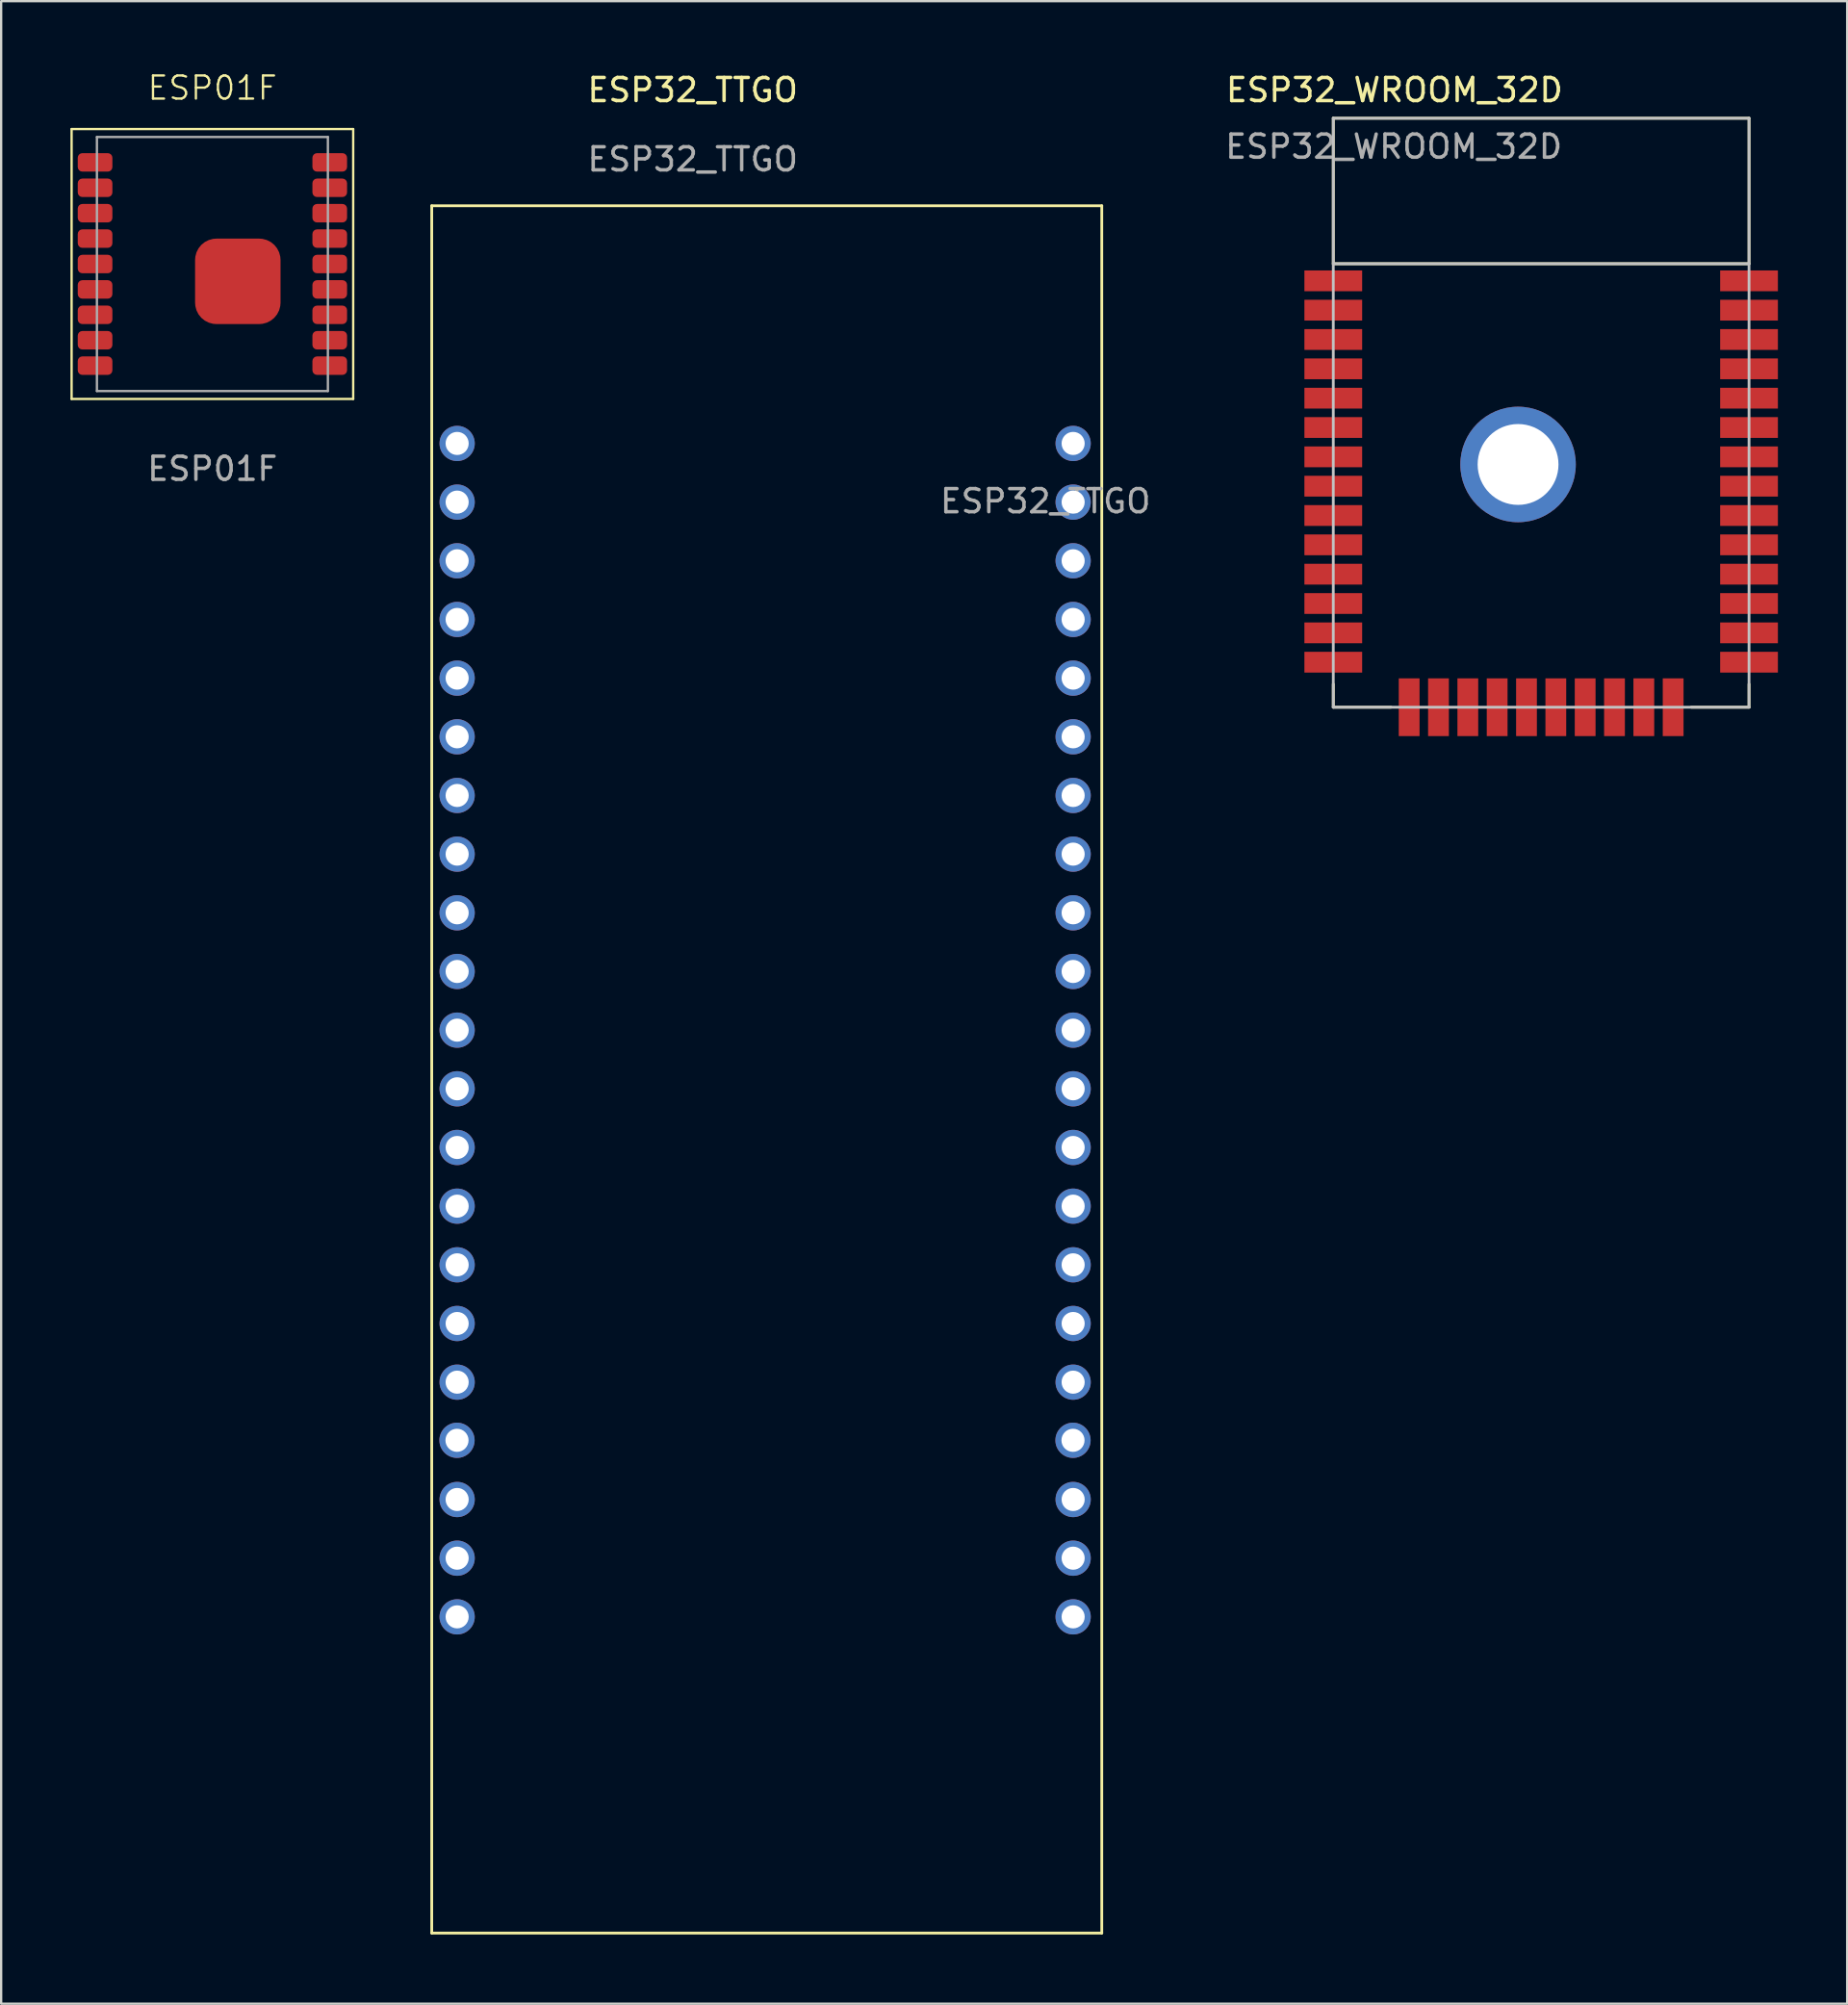
<source format=kicad_pcb>
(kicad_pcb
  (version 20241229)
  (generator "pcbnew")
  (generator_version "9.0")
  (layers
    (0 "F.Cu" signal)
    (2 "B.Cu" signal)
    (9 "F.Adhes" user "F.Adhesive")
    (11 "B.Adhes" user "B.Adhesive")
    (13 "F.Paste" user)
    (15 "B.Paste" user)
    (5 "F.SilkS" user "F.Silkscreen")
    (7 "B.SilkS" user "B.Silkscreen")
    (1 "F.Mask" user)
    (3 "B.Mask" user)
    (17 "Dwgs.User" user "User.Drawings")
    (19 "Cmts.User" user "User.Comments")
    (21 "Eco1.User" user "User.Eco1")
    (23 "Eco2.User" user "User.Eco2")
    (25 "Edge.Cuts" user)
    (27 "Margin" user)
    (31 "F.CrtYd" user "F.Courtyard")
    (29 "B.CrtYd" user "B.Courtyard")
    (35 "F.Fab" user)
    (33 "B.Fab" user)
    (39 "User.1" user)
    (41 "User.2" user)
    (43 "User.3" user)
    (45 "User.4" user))
  (footprint "ESP32_TTGO"
    (layer "F.Cu")
    (at 15.542 16.148)
    (property "Reference" "ESP32_TTGO" (at 11.4 -15.3 0) (unlocked yes) (layer "F.SilkS") (effects (font (size 1 1) (thickness 0.15))))
    (attr smd)
    (fp_line (start 0.1 -10.29) (end 0.1 64.49) (stroke (width 0.12) (type solid)) (layer "F.SilkS"))
    (fp_line (start 0.1 -10.29) (end 29.11 -10.29) (stroke (width 0.12) (type solid)) (layer "F.SilkS"))
    (fp_line (start 0.1 64.49) (end 29.11 64.49) (stroke (width 0.12) (type solid)) (layer "F.SilkS"))
    (fp_line (start 29.11 -10.29) (end 29.11 64.49) (stroke (width 0.12) (type solid)) (layer "F.SilkS"))
    (fp_text user "${REFERENCE}" (at 11.4 -12.3 0) (unlocked yes) (layer "F.Fab") (effects (font (size 1 1) (thickness 0.15))))
    (fp_text user "${REFERENCE}" (at 26.67 2.5 0) (unlocked yes) (layer "F.Fab") (effects (font (size 1 1) (thickness 0.15))))
    (pad "1" thru_hole circle (at 1.2 0) (size 1.526 1.526) (drill 1) (layers "*.Cu" "*.Mask"))
    (pad "2" thru_hole circle (at 1.2 2.54) (size 1.526 1.526) (drill 1) (layers "*.Cu" "*.Mask"))
    (pad "3" thru_hole circle (at 1.2 5.08) (size 1.526 1.526) (drill 1) (layers "*.Cu" "*.Mask"))
    (pad "4" thru_hole circle (at 1.2 7.62) (size 1.526 1.526) (drill 1) (layers "*.Cu" "*.Mask"))
    (pad "5" thru_hole circle (at 1.2 10.16) (size 1.526 1.526) (drill 1) (layers "*.Cu" "*.Mask"))
    (pad "6" thru_hole circle (at 1.2 12.7) (size 1.526 1.526) (drill 1) (layers "*.Cu" "*.Mask"))
    (pad "7" thru_hole circle (at 1.2 15.24) (size 1.526 1.526) (drill 1) (layers "*.Cu" "*.Mask"))
    (pad "8" thru_hole circle (at 1.2 17.78) (size 1.526 1.526) (drill 1) (layers "*.Cu" "*.Mask"))
    (pad "9" thru_hole circle (at 1.2 20.32) (size 1.526 1.526) (drill 1) (layers "*.Cu" "*.Mask"))
    (pad "10" thru_hole circle (at 1.2 22.86) (size 1.526 1.526) (drill 1) (layers "*.Cu" "*.Mask"))
    (pad "11" thru_hole circle (at 1.2 25.4) (size 1.526 1.526) (drill 1) (layers "*.Cu" "*.Mask"))
    (pad "12" thru_hole circle (at 1.2 27.94) (size 1.526 1.526) (drill 1) (layers "*.Cu" "*.Mask"))
    (pad "13" thru_hole circle (at 1.2 30.48) (size 1.526 1.526) (drill 1) (layers "*.Cu" "*.Mask"))
    (pad "14" thru_hole circle (at 1.2 33.02) (size 1.526 1.526) (drill 1) (layers "*.Cu" "*.Mask"))
    (pad "15" thru_hole circle (at 1.2 35.56) (size 1.526 1.526) (drill 1) (layers "*.Cu" "*.Mask"))
    (pad "16" thru_hole circle (at 1.2 38.1) (size 1.526 1.526) (drill 1) (layers "*.Cu" "*.Mask"))
    (pad "17" thru_hole circle (at 1.2 40.64) (size 1.526 1.526) (drill 1) (layers "*.Cu" "*.Mask"))
    (pad "18" thru_hole circle (at 1.194 43.157) (size 1.526 1.526) (drill 1) (layers "*.Cu" "*.Mask"))
    (pad "19" thru_hole circle (at 1.2 45.72) (size 1.526 1.526) (drill 1) (layers "*.Cu" "*.Mask"))
    (pad "20" thru_hole circle (at 1.2 48.26) (size 1.526 1.526) (drill 1) (layers "*.Cu" "*.Mask"))
    (pad "21" thru_hole circle (at 1.2 50.8) (size 1.526 1.526) (drill 1) (layers "*.Cu" "*.Mask"))
    (pad "22" thru_hole circle (at 27.87 50.8) (size 1.526 1.526) (drill 1) (layers "*.Cu" "*.Mask"))
    (pad "23" thru_hole circle (at 27.87 48.26) (size 1.526 1.526) (drill 1) (layers "*.Cu" "*.Mask"))
    (pad "24" thru_hole circle (at 27.87 45.72) (size 1.526 1.526) (drill 1) (layers "*.Cu" "*.Mask"))
    (pad "25" thru_hole circle (at 27.864 43.157) (size 1.526 1.526) (drill 1) (layers "*.Cu" "*.Mask"))
    (pad "26" thru_hole circle (at 27.87 40.64) (size 1.526 1.526) (drill 1) (layers "*.Cu" "*.Mask"))
    (pad "27" thru_hole circle (at 27.87 38.1) (size 1.526 1.526) (drill 1) (layers "*.Cu" "*.Mask"))
    (pad "28" thru_hole circle (at 27.87 35.56) (size 1.526 1.526) (drill 1) (layers "*.Cu" "*.Mask"))
    (pad "29" thru_hole circle (at 27.87 33.02) (size 1.526 1.526) (drill 1) (layers "*.Cu" "*.Mask"))
    (pad "30" thru_hole circle (at 27.87 30.48) (size 1.526 1.526) (drill 1) (layers "*.Cu" "*.Mask"))
    (pad "31" thru_hole circle (at 27.87 27.94) (size 1.526 1.526) (drill 1) (layers "*.Cu" "*.Mask"))
    (pad "32" thru_hole circle (at 27.87 25.4) (size 1.526 1.526) (drill 1) (layers "*.Cu" "*.Mask"))
    (pad "33" thru_hole circle (at 27.87 22.86) (size 1.526 1.526) (drill 1) (layers "*.Cu" "*.Mask"))
    (pad "34" thru_hole circle (at 27.87 20.32) (size 1.526 1.526) (drill 1) (layers "*.Cu" "*.Mask"))
    (pad "35" thru_hole circle (at 27.87 17.78) (size 1.526 1.526) (drill 1) (layers "*.Cu" "*.Mask"))
    (pad "36" thru_hole circle (at 27.87 15.24) (size 1.526 1.526) (drill 1) (layers "*.Cu" "*.Mask"))
    (pad "37" thru_hole circle (at 27.87 12.7) (size 1.526 1.526) (drill 1) (layers "*.Cu" "*.Mask"))
    (pad "38" thru_hole circle (at 27.87 10.16) (size 1.526 1.526) (drill 1) (layers "*.Cu" "*.Mask"))
    (pad "39" thru_hole circle (at 27.87 7.62) (size 1.526 1.526) (drill 1) (layers "*.Cu" "*.Mask"))
    (pad "40" thru_hole circle (at 27.87 5.08) (size 1.526 1.526) (drill 1) (layers "*.Cu" "*.Mask"))
    (pad "41" thru_hole circle (at 27.87 2.54) (size 1.526 1.526) (drill 1) (layers "*.Cu" "*.Mask"))
    (pad "42" thru_hole circle (at 27.87 0) (size 1.526 1.526) (drill 1) (layers "*.Cu" "*.Mask")))
  (footprint "ESP01F"
    (layer "F.Cu")
    (at 6.146 8.38)
    (property "Reference" "ESP01F" (at 0 -7.62 0) (unlocked yes) (layer "F.SilkS") (effects (font (size 1 1) (thickness 0.1))))
    (attr smd)
    (fp_line (start -6.096 -5.842) (end 6.096 -5.842) (stroke (width 0.1) (type default)) (layer "F.SilkS"))
    (fp_line (start -6.096 5.842) (end -6.096 -5.842) (stroke (width 0.1) (type default)) (layer "F.SilkS"))
    (fp_line (start 6.096 -5.842) (end 6.096 5.842) (stroke (width 0.1) (type default)) (layer "F.SilkS"))
    (fp_line (start 6.096 5.842) (end -6.096 5.842) (stroke (width 0.1) (type default)) (layer "F.SilkS"))
    (fp_line (start -5 -5.5) (end 5 -5.5) (stroke (width 0.1) (type default)) (layer "F.Fab"))
    (fp_line (start -5 5.5) (end -5 -5.5) (stroke (width 0.1) (type default)) (layer "F.Fab"))
    (fp_line (start 5 -5.5) (end 5 5.5) (stroke (width 0.1) (type default)) (layer "F.Fab"))
    (fp_line (start 5 5.5) (end -5 5.5) (stroke (width 0.1) (type default)) (layer "F.Fab"))
    (fp_text user "${REFERENCE}" (at 0 8.866 0) (unlocked yes) (layer "F.Fab") (effects (font (size 1 1) (thickness 0.15))))
    (pad "1" smd roundrect (at -5.08 -4.4) (size 1.5 0.8) (layers "F.Cu" "F.Mask" "F.Paste") (roundrect_rratio 0.25))
    (pad "2" smd roundrect (at -5.08 -3.3) (size 1.5 0.8) (layers "F.Cu" "F.Mask" "F.Paste") (roundrect_rratio 0.25))
    (pad "3" smd roundrect (at -5.08 -2.2) (size 1.5 0.8) (layers "F.Cu" "F.Mask" "F.Paste") (roundrect_rratio 0.25))
    (pad "4" smd roundrect (at -5.08 -1.1) (size 1.5 0.8) (layers "F.Cu" "F.Mask" "F.Paste") (roundrect_rratio 0.25))
    (pad "5" smd roundrect (at -5.08 0) (size 1.5 0.8) (layers "F.Cu" "F.Mask" "F.Paste") (roundrect_rratio 0.25))
    (pad "6" smd roundrect (at -5.08 1.1) (size 1.5 0.8) (layers "F.Cu" "F.Mask" "F.Paste") (roundrect_rratio 0.25))
    (pad "7" smd roundrect (at -5.08 2.2) (size 1.5 0.8) (layers "F.Cu" "F.Mask" "F.Paste") (roundrect_rratio 0.25))
    (pad "8" smd roundrect (at -5.08 3.3) (size 1.5 0.8) (layers "F.Cu" "F.Mask" "F.Paste") (roundrect_rratio 0.25))
    (pad "9" smd roundrect (at -5.08 4.4) (size 1.5 0.8) (layers "F.Cu" "F.Mask" "F.Paste") (roundrect_rratio 0.25))
    (pad "10" smd roundrect (at 5.08 4.4) (size 1.5 0.8) (layers "F.Cu" "F.Mask" "F.Paste") (roundrect_rratio 0.25))
    (pad "11" smd roundrect (at 5.08 3.3) (size 1.5 0.8) (layers "F.Cu" "F.Mask" "F.Paste") (roundrect_rratio 0.25))
    (pad "12" smd roundrect (at 5.08 2.2) (size 1.5 0.8) (layers "F.Cu" "F.Mask" "F.Paste") (roundrect_rratio 0.25))
    (pad "13" smd roundrect (at 5.08 1.1) (size 1.5 0.8) (layers "F.Cu" "F.Mask" "F.Paste") (roundrect_rratio 0.25))
    (pad "14" smd roundrect (at 5.08 0) (size 1.5 0.8) (layers "F.Cu" "F.Mask" "F.Paste") (roundrect_rratio 0.25))
    (pad "15" smd roundrect (at 5.08 -1.1) (size 1.5 0.8) (layers "F.Cu" "F.Mask" "F.Paste") (roundrect_rratio 0.25))
    (pad "16" smd roundrect (at 5.08 -2.2) (size 1.5 0.8) (layers "F.Cu" "F.Mask" "F.Paste") (roundrect_rratio 0.25))
    (pad "17" smd roundrect (at 5.08 -3.3) (size 1.5 0.8) (layers "F.Cu" "F.Mask" "F.Paste") (roundrect_rratio 0.25))
    (pad "18" smd roundrect (at 5.08 -4.4) (size 1.5 0.8) (layers "F.Cu" "F.Mask" "F.Paste") (roundrect_rratio 0.25))
    (pad "19" smd roundrect (at 1.1 0.75) (size 3.7 3.7) (layers "F.Cu" "F.Mask" "F.Paste") (roundrect_rratio 0.25)))
  (footprint "ESP32_WROOM_32D"
    (layer "F.Cu")
    (at 63.675 14.818)
    (property "Reference" "ESP32_WROOM_32D" (at -6.35 -13.97 0) (layer "F.SilkS") (effects (font (size 1 1) (thickness 0.15))))
    (attr through_hole)
    (fp_line (start -9 -12.75) (end -9 -6.45) (stroke (width 0.12) (type solid)) (layer "F.SilkS"))
    (fp_line (start -9 -6.45) (end 9 -6.45) (stroke (width 0.12) (type solid)) (layer "F.SilkS"))
    (fp_line (start -9 11.75) (end -9 12.75) (stroke (width 0.12) (type solid)) (layer "F.SilkS"))
    (fp_line (start -9 12.75) (end -6.5 12.75) (stroke (width 0.12) (type solid)) (layer "F.SilkS"))
    (fp_line (start 9 -12.75) (end -9 -12.75) (stroke (width 0.12) (type solid)) (layer "F.SilkS"))
    (fp_line (start 9 -6.45) (end 9 -12.75) (stroke (width 0.12) (type solid)) (layer "F.SilkS"))
    (fp_line (start 9 11.75) (end 9 12.75) (stroke (width 0.12) (type solid)) (layer "F.SilkS"))
    (fp_line (start 9 12.75) (end 6.5 12.75) (stroke (width 0.12) (type solid)) (layer "F.SilkS"))
    (fp_line (start -9 -12.75) (end 9 -12.75) (stroke (width 0.12) (type solid)) (layer "Dwgs.User"))
    (fp_line (start -9 -6.45) (end 9 -6.45) (stroke (width 0.12) (type solid)) (layer "Dwgs.User"))
    (fp_line (start -9 12.75) (end -9 -12.75) (stroke (width 0.12) (type solid)) (layer "Dwgs.User"))
    (fp_line (start 9 -12.75) (end 9 12.75) (stroke (width 0.12) (type solid)) (layer "Dwgs.User"))
    (fp_line (start 9 12.75) (end -9 12.75) (stroke (width 0.12) (type solid)) (layer "Dwgs.User"))
    (fp_text user "${REFERENCE}" (at -6.38 -11.52 0) (layer "F.Fab") (effects (font (size 1 1) (thickness 0.15))))
    (pad "1" smd rect (at -9 -5.71) (size 2.5 0.9) (layers "F.Cu" "F.Mask" "F.Paste"))
    (pad "2" smd rect (at -9 -4.44) (size 2.5 0.9) (layers "F.Cu" "F.Mask" "F.Paste"))
    (pad "3" smd rect (at -9 -3.17) (size 2.5 0.9) (layers "F.Cu" "F.Mask" "F.Paste"))
    (pad "4" smd rect (at -9 -1.9) (size 2.5 0.9) (layers "F.Cu" "F.Mask" "F.Paste"))
    (pad "5" smd rect (at -9 -0.63) (size 2.5 0.9) (layers "F.Cu" "F.Mask" "F.Paste"))
    (pad "6" smd rect (at -9 0.64) (size 2.5 0.9) (layers "F.Cu" "F.Mask" "F.Paste"))
    (pad "7" smd rect (at -9 1.91) (size 2.5 0.9) (layers "F.Cu" "F.Mask" "F.Paste"))
    (pad "8" smd rect (at -9 3.18) (size 2.5 0.9) (layers "F.Cu" "F.Mask" "F.Paste"))
    (pad "9" smd rect (at -9 4.45) (size 2.5 0.9) (layers "F.Cu" "F.Mask" "F.Paste"))
    (pad "10" smd rect (at -9 5.72) (size 2.5 0.9) (layers "F.Cu" "F.Mask" "F.Paste"))
    (pad "11" smd rect (at -9 6.99) (size 2.5 0.9) (layers "F.Cu" "F.Mask" "F.Paste"))
    (pad "12" smd rect (at -9 8.26) (size 2.5 0.9) (layers "F.Cu" "F.Mask" "F.Paste"))
    (pad "13" smd rect (at -9 9.53) (size 2.5 0.9) (layers "F.Cu" "F.Mask" "F.Paste"))
    (pad "14" smd rect (at -9 10.8) (size 2.5 0.9) (layers "F.Cu" "F.Mask" "F.Paste"))
    (pad "15" smd rect (at -5.715 12.75 90) (size 2.5 0.9) (layers "F.Cu" "F.Mask" "F.Paste"))
    (pad "16" smd rect (at -4.445 12.75 90) (size 2.5 0.9) (layers "F.Cu" "F.Mask" "F.Paste"))
    (pad "17" smd rect (at -3.175 12.75 90) (size 2.5 0.9) (layers "F.Cu" "F.Mask" "F.Paste"))
    (pad "18" smd rect (at -1.905 12.75 90) (size 2.5 0.9) (layers "F.Cu" "F.Mask" "F.Paste"))
    (pad "19" smd rect (at -0.635 12.75 90) (size 2.5 0.9) (layers "F.Cu" "F.Mask" "F.Paste"))
    (pad "20" smd rect (at 0.635 12.75 90) (size 2.5 0.9) (layers "F.Cu" "F.Mask" "F.Paste"))
    (pad "21" smd rect (at 1.905 12.75 90) (size 2.5 0.9) (layers "F.Cu" "F.Mask" "F.Paste"))
    (pad "22" smd rect (at 3.175 12.75 90) (size 2.5 0.9) (layers "F.Cu" "F.Mask" "F.Paste"))
    (pad "23" smd rect (at 4.445 12.75 90) (size 2.5 0.9) (layers "F.Cu" "F.Mask" "F.Paste"))
    (pad "24" smd rect (at 5.715 12.75 90) (size 2.5 0.9) (layers "F.Cu" "F.Mask" "F.Paste"))
    (pad "25" smd rect (at 9 10.8) (size 2.5 0.9) (layers "F.Cu" "F.Mask" "F.Paste"))
    (pad "26" smd rect (at 9 9.53) (size 2.5 0.9) (layers "F.Cu" "F.Mask" "F.Paste"))
    (pad "27" smd rect (at 9 8.26) (size 2.5 0.9) (layers "F.Cu" "F.Mask" "F.Paste"))
    (pad "28" smd rect (at 9 6.99) (size 2.5 0.9) (layers "F.Cu" "F.Mask" "F.Paste"))
    (pad "29" smd rect (at 9 5.72) (size 2.5 0.9) (layers "F.Cu" "F.Mask" "F.Paste"))
    (pad "30" smd rect (at 9 4.45) (size 2.5 0.9) (layers "F.Cu" "F.Mask" "F.Paste"))
    (pad "31" smd rect (at 9 3.18) (size 2.5 0.9) (layers "F.Cu" "F.Mask" "F.Paste"))
    (pad "32" smd rect (at 9 1.91) (size 2.5 0.9) (layers "F.Cu" "F.Mask" "F.Paste"))
    (pad "33" smd rect (at 9 0.64) (size 2.5 0.9) (layers "F.Cu" "F.Mask" "F.Paste"))
    (pad "34" smd rect (at 9 -0.63) (size 2.5 0.9) (layers "F.Cu" "F.Mask" "F.Paste"))
    (pad "35" smd rect (at 9 -1.9) (size 2.5 0.9) (layers "F.Cu" "F.Mask" "F.Paste"))
    (pad "36" smd rect (at 9 -3.17) (size 2.5 0.9) (layers "F.Cu" "F.Mask" "F.Paste"))
    (pad "37" smd rect (at 9 -4.44) (size 2.5 0.9) (layers "F.Cu" "F.Mask" "F.Paste"))
    (pad "38" smd rect (at 9 -5.71) (size 2.5 0.9) (layers "F.Cu" "F.Mask" "F.Paste"))
    (pad "39" thru_hole circle (at -1 2.24 90) (size 5 5) (drill 3.5) (layers "*.Cu" "*.Mask")))
  (gr_rect
    (start -3 -3)
    (end 76.925 83.698)
    (stroke (width 0.1) (type default))
    (fill no)
    (layer "Edge.Cuts")))
</source>
